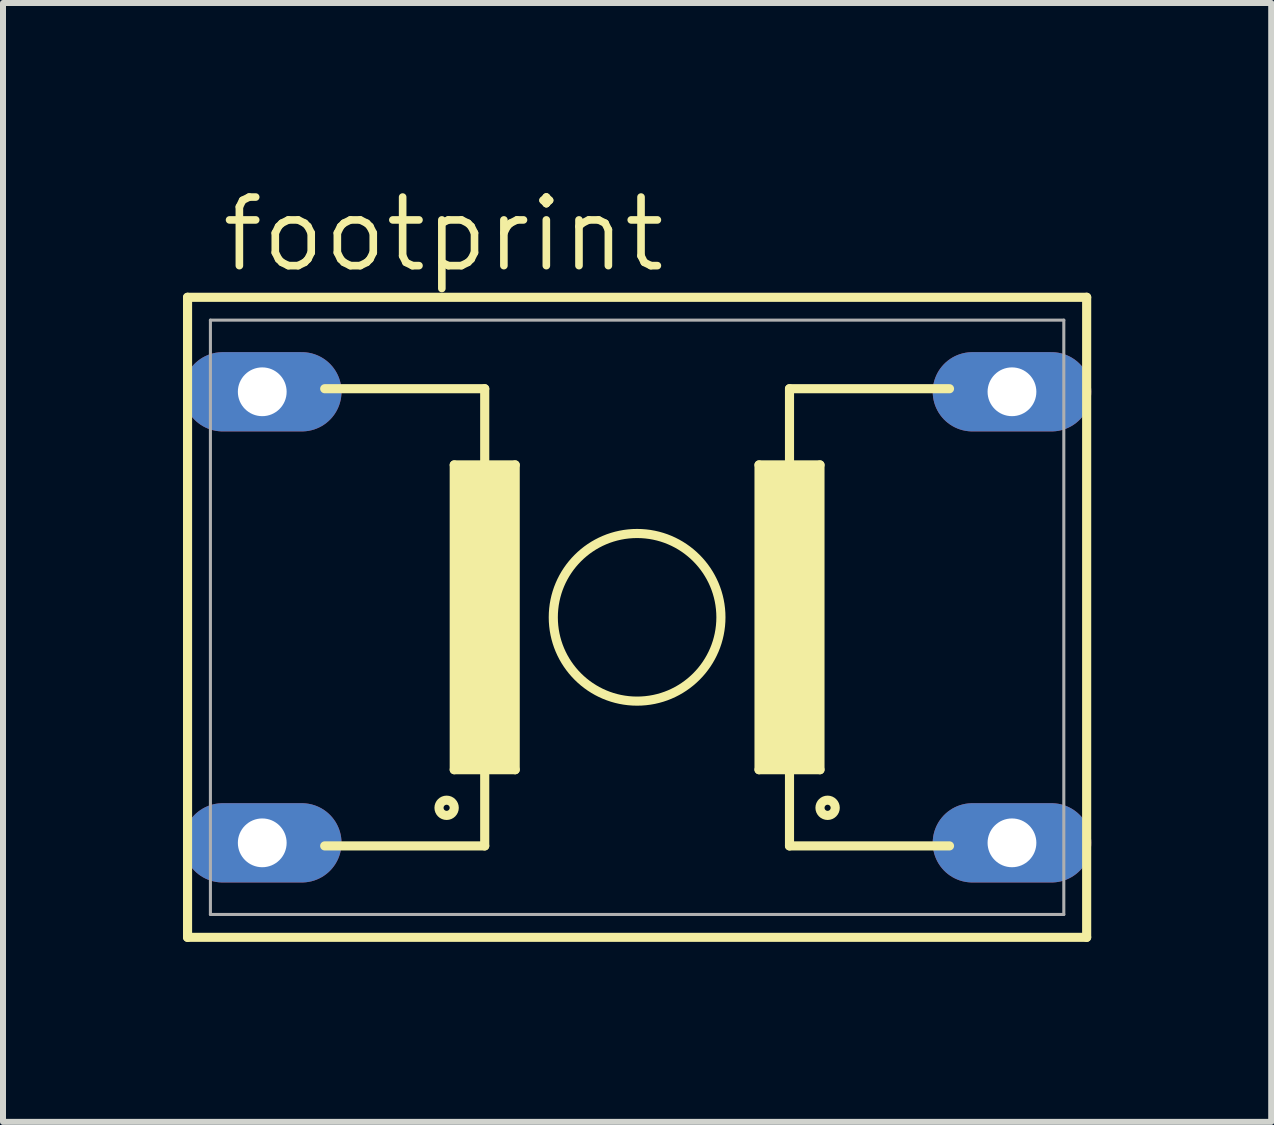
<source format=kicad_pcb>
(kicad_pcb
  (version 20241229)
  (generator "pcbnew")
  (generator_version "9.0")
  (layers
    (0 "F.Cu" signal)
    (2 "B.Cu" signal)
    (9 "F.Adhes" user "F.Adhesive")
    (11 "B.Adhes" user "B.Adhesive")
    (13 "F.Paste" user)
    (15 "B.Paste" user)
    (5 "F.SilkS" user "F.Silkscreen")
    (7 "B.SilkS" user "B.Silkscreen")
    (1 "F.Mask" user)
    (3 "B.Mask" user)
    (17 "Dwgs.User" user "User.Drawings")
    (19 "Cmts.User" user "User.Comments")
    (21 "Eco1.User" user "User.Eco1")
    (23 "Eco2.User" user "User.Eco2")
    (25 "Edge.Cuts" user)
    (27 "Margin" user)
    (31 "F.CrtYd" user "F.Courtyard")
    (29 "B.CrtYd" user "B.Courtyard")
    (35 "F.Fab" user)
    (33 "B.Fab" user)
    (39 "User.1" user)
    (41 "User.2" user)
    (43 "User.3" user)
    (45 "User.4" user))
  (footprint "footprint"
    (layer "F.Cu")
    (at 7.569 7.239)
    (property "Reference" "footprint" (at -6.985 -5.715 0) (layer "F.SilkS") (effects (font (size 1.143 1.143) (thickness 0.127)) (justify left bottom)))
    (fp_line (start -7.493 -5.334) (end -7.493 5.334) (stroke (width 0.152) (type solid)) (layer "F.SilkS"))
    (fp_line (start -7.493 -5.334) (end 7.493 -5.334) (stroke (width 0.152) (type solid)) (layer "F.SilkS"))
    (fp_line (start -5.207 -3.81) (end -2.54 -3.81) (stroke (width 0.152) (type solid)) (layer "F.SilkS"))
    (fp_line (start -5.207 3.81) (end -2.54 3.81) (stroke (width 0.152) (type solid)) (layer "F.SilkS"))
    (fp_line (start -3.048 2.54) (end -3.048 -2.54) (stroke (width 0.152) (type solid)) (layer "F.SilkS"))
    (fp_line (start -3.048 2.54) (end -2.54 2.54) (stroke (width 0.152) (type solid)) (layer "F.SilkS"))
    (fp_line (start -2.54 -2.54) (end -3.048 -2.54) (stroke (width 0.152) (type solid)) (layer "F.SilkS"))
    (fp_line (start -2.54 -2.54) (end -2.54 -3.81) (stroke (width 0.152) (type solid)) (layer "F.SilkS"))
    (fp_line (start -2.54 2.54) (end -2.54 3.81) (stroke (width 0.152) (type solid)) (layer "F.SilkS"))
    (fp_line (start -2.54 2.54) (end -2.032 2.54) (stroke (width 0.152) (type solid)) (layer "F.SilkS"))
    (fp_line (start -2.032 -2.54) (end -2.54 -2.54) (stroke (width 0.152) (type solid)) (layer "F.SilkS"))
    (fp_line (start -2.032 -2.54) (end -2.032 2.54) (stroke (width 0.152) (type solid)) (layer "F.SilkS"))
    (fp_line (start 2.032 2.54) (end 2.032 -2.54) (stroke (width 0.152) (type solid)) (layer "F.SilkS"))
    (fp_line (start 2.032 2.54) (end 2.54 2.54) (stroke (width 0.152) (type solid)) (layer "F.SilkS"))
    (fp_line (start 2.54 -2.54) (end 2.54 -3.81) (stroke (width 0.152) (type solid)) (layer "F.SilkS"))
    (fp_line (start 2.54 2.54) (end 2.54 3.81) (stroke (width 0.152) (type solid)) (layer "F.SilkS"))
    (fp_line (start 2.54 2.54) (end 3.048 2.54) (stroke (width 0.152) (type solid)) (layer "F.SilkS"))
    (fp_line (start 3.048 -2.54) (end 2.032 -2.54) (stroke (width 0.152) (type solid)) (layer "F.SilkS"))
    (fp_line (start 3.048 -2.54) (end 3.048 2.54) (stroke (width 0.152) (type solid)) (layer "F.SilkS"))
    (fp_line (start 5.207 -3.81) (end 2.54 -3.81) (stroke (width 0.152) (type solid)) (layer "F.SilkS"))
    (fp_line (start 5.207 3.81) (end 2.54 3.81) (stroke (width 0.152) (type solid)) (layer "F.SilkS"))
    (fp_line (start 7.493 5.334) (end -7.493 5.334) (stroke (width 0.152) (type solid)) (layer "F.SilkS"))
    (fp_line (start 7.493 5.334) (end 7.493 -5.334) (stroke (width 0.152) (type solid)) (layer "F.SilkS"))
    (fp_circle (center -3.175 3.175) (end -3.048 3.175) (stroke (width 0.152) (type solid)) (fill no) (layer "F.SilkS"))
    (fp_circle (center 0 0) (end 1.397 0) (stroke (width 0.152) (type solid)) (fill no) (layer "F.SilkS"))
    (fp_circle (center 3.175 3.175) (end 3.302 3.175) (stroke (width 0.152) (type solid)) (fill no) (layer "F.SilkS"))
    (fp_poly (pts (xy -3.048 2.54) (xy -2.032 2.54) (xy -2.032 -2.54) (xy -3.048 -2.54)) (stroke (width 0) (type solid)) (fill yes) (layer "F.SilkS"))
    (fp_poly (pts (xy 2.032 2.54) (xy 3.048 2.54) (xy 3.048 -2.54) (xy 2.032 -2.54)) (stroke (width 0) (type solid)) (fill yes) (layer "F.SilkS"))
    (fp_line (start -7.112 -4.953) (end -7.112 4.953) (stroke (width 0.051) (type solid)) (layer "F.Fab"))
    (fp_line (start -7.112 -4.953) (end 7.112 -4.953) (stroke (width 0.051) (type solid)) (layer "F.Fab"))
    (fp_line (start 7.112 4.953) (end -7.112 4.953) (stroke (width 0.051) (type solid)) (layer "F.Fab"))
    (fp_line (start 7.112 4.953) (end 7.112 -4.953) (stroke (width 0.051) (type solid)) (layer "F.Fab"))
    (pad "1" thru_hole oval (at 6.248 3.759) (size 2.642 1.321) (drill 0.813) (layers "*.Cu" "*.Mask"))
    (pad "2" thru_hole oval (at 6.248 -3.759) (size 2.642 1.321) (drill 0.813) (layers "*.Cu" "*.Mask"))
    (pad "3" thru_hole oval (at -6.248 -3.759) (size 2.642 1.321) (drill 0.813) (layers "*.Cu" "*.Mask"))
    (pad "4" thru_hole oval (at -6.248 3.759) (size 2.642 1.321) (drill 0.813) (layers "*.Cu" "*.Mask")))
  (gr_rect
    (start -3 -3)
    (end 18.138 15.649)
    (stroke (width 0.1) (type default))
    (fill no)
    (layer "Edge.Cuts")))
</source>
